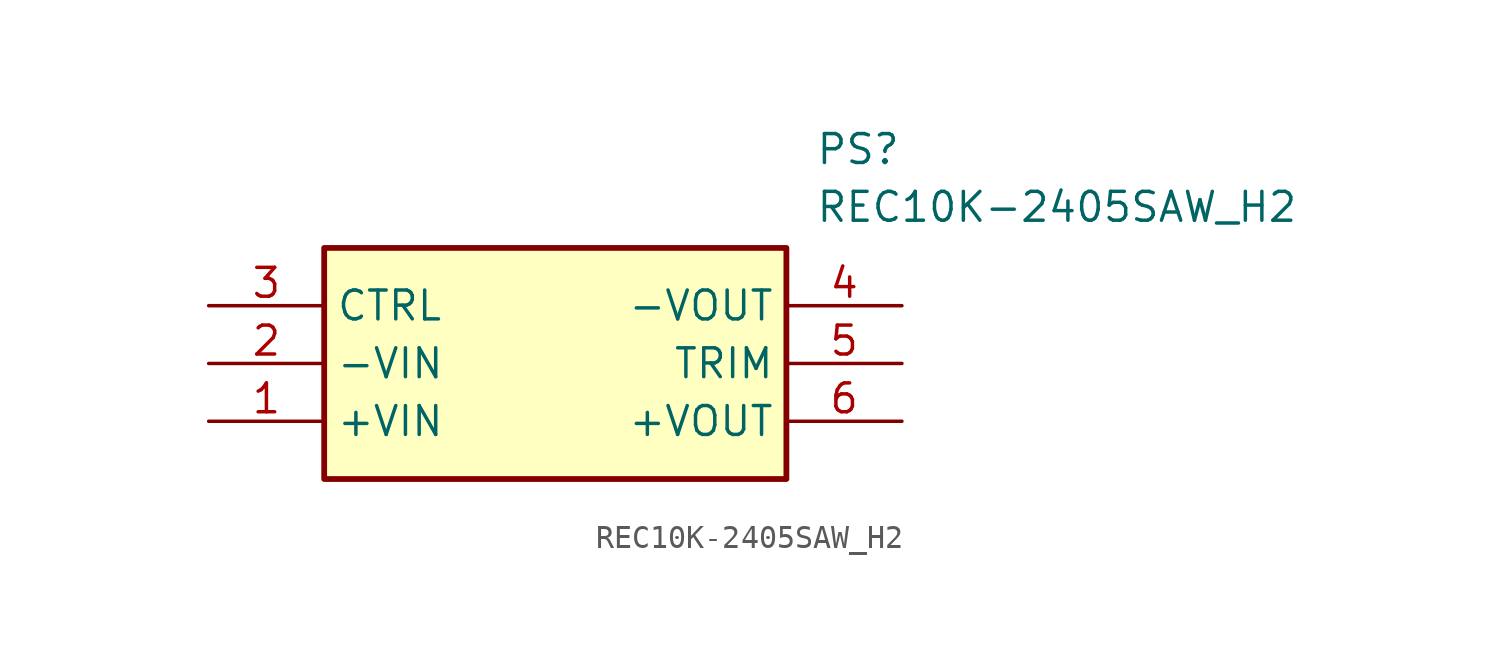
<source format=kicad_sym>
(kicad_symbol_lib
  (version 20211014)
  (generator SamacSys_ECAD_Model)
  (symbol "REC10K-2405SAW_H2"
    (property "Reference" "PS"
      (at 26.67 7.62 0)
      (effects (font (size 1.27 1.27)) (justify left top)))
    (property "Value" "REC10K-2405SAW_H2"
      (at 26.67 5.08 0)
      (effects (font (size 1.27 1.27)) (justify left top)))
    (rectangle
      (start 5.08 2.54)
      (end 25.4 -7.62)
      (stroke (width 0.254) (type default))
      (fill (type background)))
    (pin passive line
      (at 0 -5.08 0)
      (length 5.08)
      (name "+VIN" (effects (font (size 1.27 1.27))))
      (number "1" (effects (font (size 1.27 1.27)))))
    (pin passive line
      (at 0 -2.54 0)
      (length 5.08)
      (name "-VIN" (effects (font (size 1.27 1.27))))
      (number "2" (effects (font (size 1.27 1.27)))))
    (pin passive line
      (at 0 0 0)
      (length 5.08)
      (name "CTRL" (effects (font (size 1.27 1.27))))
      (number "3" (effects (font (size 1.27 1.27)))))
    (pin passive line
      (at 30.48 0 180)
      (length 5.08)
      (name "-VOUT" (effects (font (size 1.27 1.27))))
      (number "4" (effects (font (size 1.27 1.27)))))
    (pin passive line
      (at 30.48 -2.54 180)
      (length 5.08)
      (name "TRIM" (effects (font (size 1.27 1.27))))
      (number "5" (effects (font (size 1.27 1.27)))))
    (pin passive line
      (at 30.48 -5.08 180)
      (length 5.08)
      (name "+VOUT" (effects (font (size 1.27 1.27))))
      (number "6" (effects (font (size 1.27 1.27)))))))
</source>
